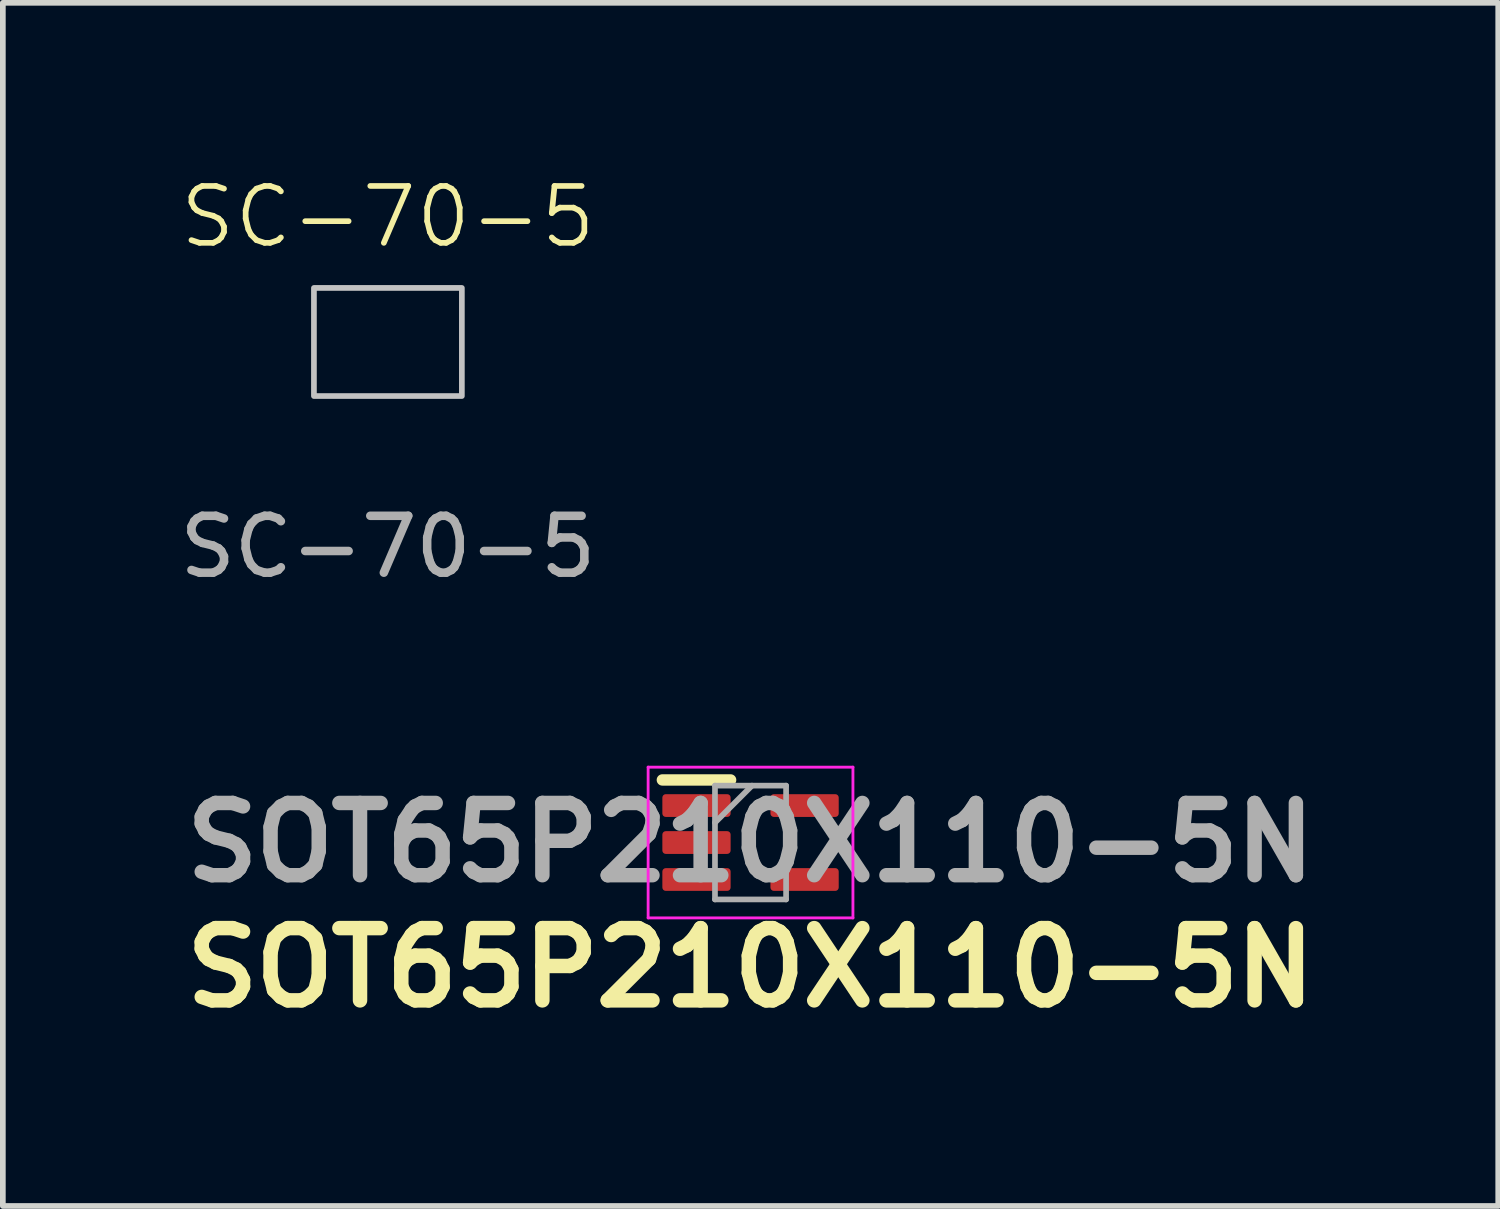
<source format=kicad_pcb>
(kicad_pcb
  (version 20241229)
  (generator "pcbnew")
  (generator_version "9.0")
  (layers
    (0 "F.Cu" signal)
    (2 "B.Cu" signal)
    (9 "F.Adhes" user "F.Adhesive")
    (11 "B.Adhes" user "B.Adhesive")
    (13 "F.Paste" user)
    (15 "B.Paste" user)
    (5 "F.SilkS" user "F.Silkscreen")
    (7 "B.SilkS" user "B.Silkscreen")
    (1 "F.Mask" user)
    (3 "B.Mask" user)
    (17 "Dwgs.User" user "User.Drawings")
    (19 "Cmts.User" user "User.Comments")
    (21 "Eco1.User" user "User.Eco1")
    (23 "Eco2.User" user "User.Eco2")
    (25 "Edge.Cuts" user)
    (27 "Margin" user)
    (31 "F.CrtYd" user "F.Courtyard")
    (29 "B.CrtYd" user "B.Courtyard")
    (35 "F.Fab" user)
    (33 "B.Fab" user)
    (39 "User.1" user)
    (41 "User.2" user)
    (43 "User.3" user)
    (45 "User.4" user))
  (footprint "SOT65P210X110-5N"
    (layer "F.Cu")
    (at 10.142 11.759)
    (property "Reference" "SOT65P210X110-5N" (at 0 2.2 0) (layer "F.SilkS") (effects (font (size 1.27 1.27) (thickness 0.254))))
    (attr smd)
    (fp_line (start -1.55 -1.1) (end -0.35 -1.1) (stroke (width 0.2) (type solid)) (layer "F.SilkS"))
    (fp_line (start -1.8 -1.325) (end 1.8 -1.325) (stroke (width 0.05) (type solid)) (layer "F.CrtYd"))
    (fp_line (start -1.8 1.325) (end -1.8 -1.325) (stroke (width 0.05) (type solid)) (layer "F.CrtYd"))
    (fp_line (start 1.8 -1.325) (end 1.8 1.325) (stroke (width 0.05) (type solid)) (layer "F.CrtYd"))
    (fp_line (start 1.8 1.325) (end -1.8 1.325) (stroke (width 0.05) (type solid)) (layer "F.CrtYd"))
    (fp_line (start -0.625 -1) (end 0.625 -1) (stroke (width 0.1) (type solid)) (layer "F.Fab"))
    (fp_line (start -0.625 -0.35) (end 0.025 -1) (stroke (width 0.1) (type solid)) (layer "F.Fab"))
    (fp_line (start -0.625 1) (end -0.625 -1) (stroke (width 0.1) (type solid)) (layer "F.Fab"))
    (fp_line (start 0.625 -1) (end 0.625 1) (stroke (width 0.1) (type solid)) (layer "F.Fab"))
    (fp_line (start 0.625 1) (end -0.625 1) (stroke (width 0.1) (type solid)) (layer "F.Fab"))
    (fp_text user "${REFERENCE}" (at 0 0 0) (layer "F.Fab") (effects (font (size 1.27 1.27) (thickness 0.254))))
    (pad "1" smd roundrect (at -0.95 -0.65 90) (size 0.4 1.2) (layers "F.Cu" "F.Mask" "F.Paste") (roundrect_rratio 0.15))
    (pad "2" smd roundrect (at -0.95 0 90) (size 0.4 1.2) (layers "F.Cu" "F.Mask" "F.Paste") (roundrect_rratio 0.15))
    (pad "3" smd roundrect (at -0.95 0.65 90) (size 0.4 1.2) (layers "F.Cu" "F.Mask" "F.Paste") (roundrect_rratio 0.15))
    (pad "4" smd roundrect (at 0.95 0.65 90) (size 0.4 1.2) (layers "F.Cu" "F.Mask" "F.Paste") (roundrect_rratio 0.15))
    (pad "5" smd roundrect (at 0.95 -0.65 90) (size 0.4 1.2) (layers "F.Cu" "F.Mask" "F.Paste") (roundrect_rratio 0.15)))
  (footprint "SC-70-5"
    (layer "F.Cu")
    (at 3.768 2.961)
    (property "Reference" "SC-70-5" (at 0 -2.2 0) (unlocked yes) (layer "F.SilkS") (effects (font (size 1 1) (thickness 0.1))))
    (attr through_hole)
    (fp_rect (start -1.3 -0.95) (end 1.3 0.95) (stroke (width 0.1) (type solid)) (fill no) (layer "Dwgs.User"))
    (fp_text user "${REFERENCE}" (at 0 3.6 0) (unlocked yes) (layer "F.Fab") (effects (font (size 1 1) (thickness 0.15)))))
  (gr_rect
    (start -3 -3)
    (end 23.284 18.147)
    (stroke (width 0.1) (type default))
    (fill no)
    (layer "Edge.Cuts")))
</source>
